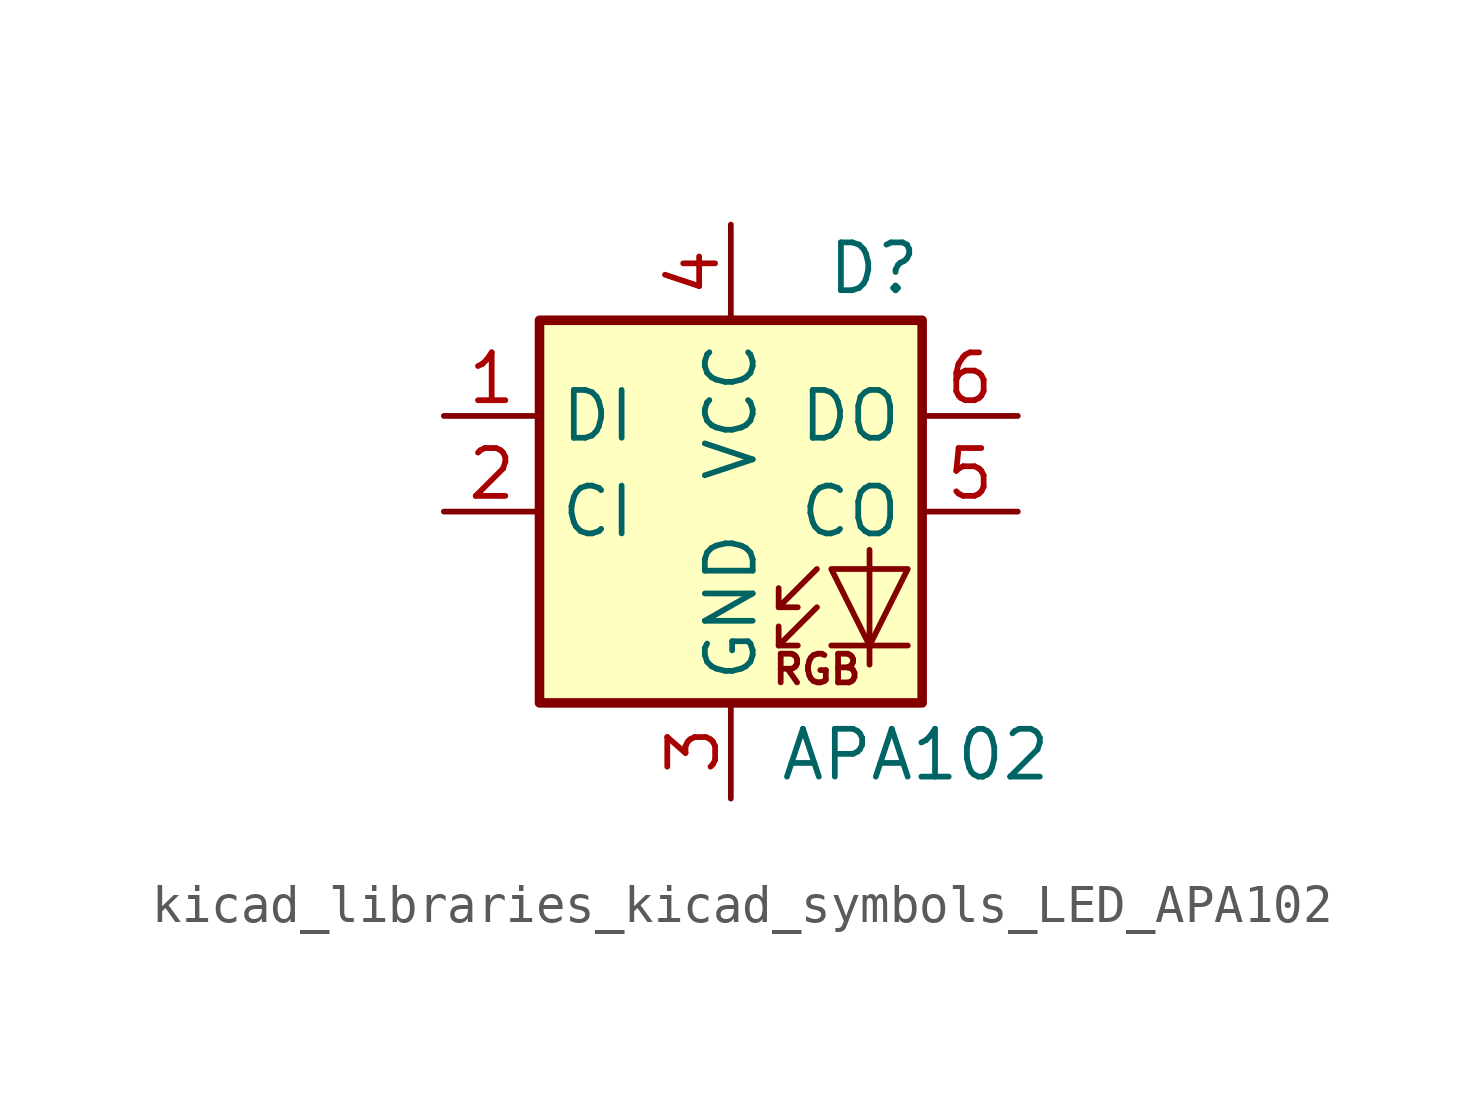
<source format=kicad_sym>
(kicad_symbol_lib
  (version 20220914)
  (generator kicad_symbol_editor)
  (symbol "kicad_libraries_kicad_symbols_LED_APA102"
    (property "Reference" "D"
      (at 5.08 5.715 0)
      (effects (font (size 1.27 1.27)) (justify right bottom)))
    (property "Value" "APA102"
      (at 1.27 -5.715 0)
      (effects (font (size 1.27 1.27)) (justify left top)))
    (symbol "kicad_libraries_kicad_symbols_LED_APA102_0_0"
      (text "RGB" (at 2.286 -4.191 0) (effects (font (size 0.762 0.762)))))
    (symbol "kicad_libraries_kicad_symbols_LED_APA102_0_1"
      (polyline (pts (xy 1.27 -3.556) (xy 1.778 -3.556)) (stroke (width 0) (type default)) (fill (type none)))
      (polyline (pts (xy 1.27 -2.54) (xy 1.778 -2.54)) (stroke (width 0) (type default)) (fill (type none)))
      (polyline (pts (xy 4.699 -3.556) (xy 2.667 -3.556)) (stroke (width 0) (type default)) (fill (type none)))
      (polyline (pts (xy 2.286 -2.54) (xy 1.27 -3.556) (xy 1.27 -3.048)) (stroke (width 0) (type default)) (fill (type none)))
      (polyline (pts (xy 2.286 -1.524) (xy 1.27 -2.54) (xy 1.27 -2.032)) (stroke (width 0) (type default)) (fill (type none)))
      (polyline (pts (xy 3.683 -1.016) (xy 3.683 -3.556) (xy 3.683 -4.064)) (stroke (width 0) (type default)) (fill (type none)))
      (polyline (pts (xy 4.699 -1.524) (xy 2.667 -1.524) (xy 3.683 -3.556) (xy 4.699 -1.524)) (stroke (width 0) (type default)) (fill (type none)))
      (rectangle (start 5.08 5.08) (end -5.08 -5.08) (stroke (width 0.254) (type default)) (fill (type background))))
    (symbol "kicad_libraries_kicad_symbols_LED_APA102_1_1"
      (pin input line (at -7.62 2.54 0) (length 2.54) (name "DI" (effects (font (size 1.27 1.27)))) (number "1" (effects (font (size 1.27 1.27)))))
      (pin input line (at -7.62 0 0) (length 2.54) (name "CI" (effects (font (size 1.27 1.27)))) (number "2" (effects (font (size 1.27 1.27)))))
      (pin power_in line (at 0 -7.62 90) (length 2.54) (name "GND" (effects (font (size 1.27 1.27)))) (number "3" (effects (font (size 1.27 1.27)))))
      (pin power_in line (at 0 7.62 270) (length 2.54) (name "VCC" (effects (font (size 1.27 1.27)))) (number "4" (effects (font (size 1.27 1.27)))))
      (pin output line (at 7.62 0 180) (length 2.54) (name "CO" (effects (font (size 1.27 1.27)))) (number "5" (effects (font (size 1.27 1.27)))))
      (pin output line (at 7.62 2.54 180) (length 2.54) (name "DO" (effects (font (size 1.27 1.27)))) (number "6" (effects (font (size 1.27 1.27))))))))
</source>
